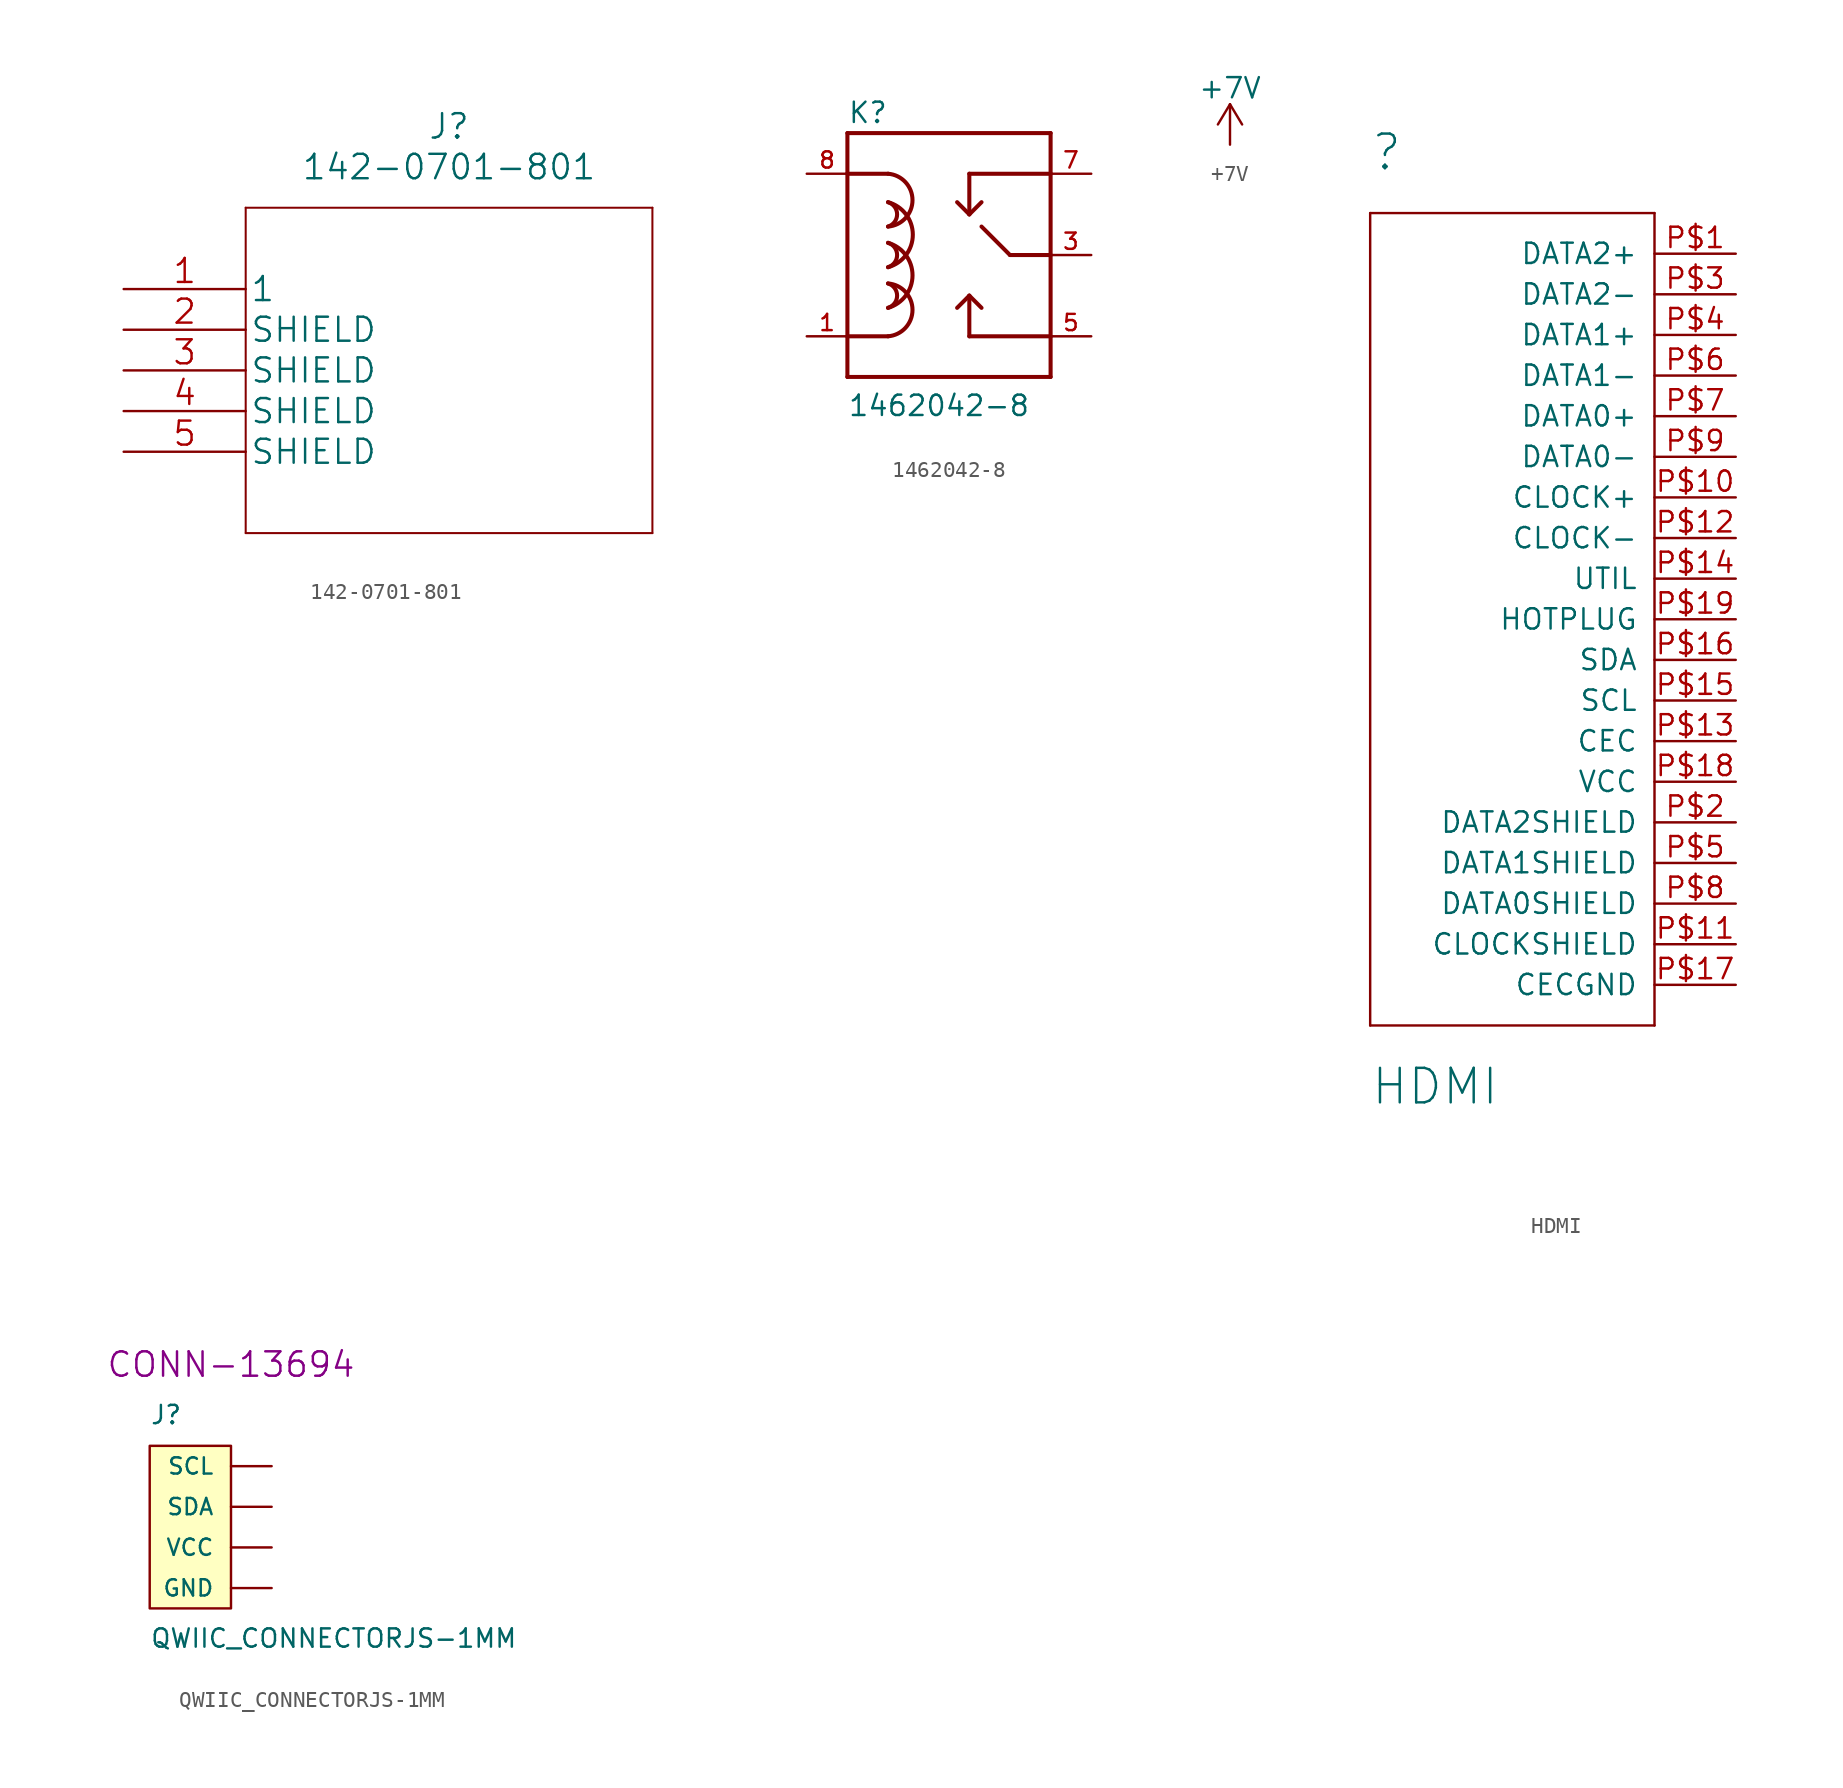
<source format=kicad_sym>
(kicad_symbol_lib
  (version 20211014)
  (generator kicad_symbol_editor)
  (symbol "142-0701-801"
    (pin_names
      (offset 0.254))
    (property "Reference" "J"
      (at 20.32 10.16 0)
      (effects (font (size 1.524 1.524))))
    (property "Value" "142-0701-801"
      (at 20.32 7.62 0)
      (effects (font (size 1.524 1.524))))
    (property "Datasheet" ""
      (at 0 0 0)
      (effects (font (size 1.524 1.524))))
    (property "ki_locked" ""
      (at 0 0 0)
      (effects (font (size 1.27 1.27))))
    (symbol "142-0701-801_1_1"
      (polyline (pts (xy 7.62 -15.24) (xy 33.02 -15.24)) (stroke (width 0.127) (type default) (color 0 0 0 0)) (fill (type none)))
      (polyline (pts (xy 7.62 5.08) (xy 7.62 -15.24)) (stroke (width 0.127) (type default) (color 0 0 0 0)) (fill (type none)))
      (polyline (pts (xy 33.02 -15.24) (xy 33.02 5.08)) (stroke (width 0.127) (type default) (color 0 0 0 0)) (fill (type none)))
      (polyline (pts (xy 33.02 5.08) (xy 7.62 5.08)) (stroke (width 0.127) (type default) (color 0 0 0 0)) (fill (type none)))
      (pin unspecified line (at 0 0 0) (length 7.62) (name "1" (effects (font (size 1.499 1.499)))) (number "1" (effects (font (size 1.499 1.499)))))
      (pin unspecified line (at 0 -2.54 0) (length 7.62) (name "SHIELD" (effects (font (size 1.499 1.499)))) (number "2" (effects (font (size 1.499 1.499)))))
      (pin unspecified line (at 0 -5.08 0) (length 7.62) (name "SHIELD" (effects (font (size 1.499 1.499)))) (number "3" (effects (font (size 1.499 1.499)))))
      (pin unspecified line (at 0 -7.62 0) (length 7.62) (name "SHIELD" (effects (font (size 1.499 1.499)))) (number "4" (effects (font (size 1.499 1.499)))))
      (pin unspecified line (at 0 -10.16 0) (length 7.62) (name "SHIELD" (effects (font (size 1.499 1.499)))) (number "5" (effects (font (size 1.499 1.499)))))))
  (symbol "1462042-8"
    (pin_names
      (offset 1.016) hide)
    (property "Reference" "K"
      (at -5.08 8.153 0)
      (effects (font (size 1.27 1.27)) (justify left bottom)))
    (property "Value" "1462042-8"
      (at -5.08 -10.16 0)
      (effects (font (size 1.27 1.27)) (justify left bottom)))
    (property "ki_locked" ""
      (at 0 0 0)
      (effects (font (size 1.27 1.27))))
    (symbol "1462042-8_0_0"
      (arc (start -2.54 -5.08) (mid -1.0111 -3.429) (end -2.54 -1.778) (stroke (width 0.254) (type default) (color 0 0 0 0)) (fill (type none)))
      (arc (start -2.54 -3.302) (mid -1.973 -2.54) (end -2.54 -1.778) (stroke (width 0.254) (type default) (color 0 0 0 0)) (fill (type none)))
      (arc (start -2.54 -3.302) (mid -1.0099 -1.27) (end -2.54 0.762) (stroke (width 0.254) (type default) (color 0 0 0 0)) (fill (type none)))
      (arc (start -2.54 -0.762) (mid -1.973 0) (end -2.54 0.762) (stroke (width 0.254) (type default) (color 0 0 0 0)) (fill (type none)))
      (arc (start -2.54 -0.762) (mid -0.9914 1.27) (end -2.54 3.302) (stroke (width 0.254) (type default) (color 0 0 0 0)) (fill (type none)))
      (arc (start -2.54 1.778) (mid -1.973 2.54) (end -2.54 3.302) (stroke (width 0.254) (type default) (color 0 0 0 0)) (fill (type none)))
      (arc (start -2.54 1.778) (mid -1.0111 3.429) (end -2.54 5.08) (stroke (width 0.254) (type default) (color 0 0 0 0)) (fill (type none)))
      (polyline (pts (xy -5.08 -7.62) (xy -5.08 -5.08)) (stroke (width 0.254) (type default) (color 0 0 0 0)) (fill (type none)))
      (polyline (pts (xy -5.08 -5.08) (xy -5.08 5.08)) (stroke (width 0.254) (type default) (color 0 0 0 0)) (fill (type none)))
      (polyline (pts (xy -5.08 -5.08) (xy -2.54 -5.08)) (stroke (width 0.254) (type default) (color 0 0 0 0)) (fill (type none)))
      (polyline (pts (xy -5.08 5.08) (xy -5.08 7.62)) (stroke (width 0.254) (type default) (color 0 0 0 0)) (fill (type none)))
      (polyline (pts (xy -5.08 5.08) (xy -2.54 5.08)) (stroke (width 0.254) (type default) (color 0 0 0 0)) (fill (type none)))
      (polyline (pts (xy -5.08 7.62) (xy 7.62 7.62)) (stroke (width 0.254) (type default) (color 0 0 0 0)) (fill (type none)))
      (polyline (pts (xy 2.54 -5.08) (xy 2.54 -2.54)) (stroke (width 0.254) (type default) (color 0 0 0 0)) (fill (type none)))
      (polyline (pts (xy 2.54 -2.54) (xy 1.778 -3.302)) (stroke (width 0.254) (type default) (color 0 0 0 0)) (fill (type none)))
      (polyline (pts (xy 2.54 -2.54) (xy 3.302 -3.302)) (stroke (width 0.254) (type default) (color 0 0 0 0)) (fill (type none)))
      (polyline (pts (xy 2.54 2.54) (xy 1.778 3.302)) (stroke (width 0.254) (type default) (color 0 0 0 0)) (fill (type none)))
      (polyline (pts (xy 2.54 2.54) (xy 3.302 3.302)) (stroke (width 0.254) (type default) (color 0 0 0 0)) (fill (type none)))
      (polyline (pts (xy 2.54 5.08) (xy 2.54 2.54)) (stroke (width 0.254) (type default) (color 0 0 0 0)) (fill (type none)))
      (polyline (pts (xy 5.08 0) (xy 3.302 1.778)) (stroke (width 0.254) (type default) (color 0 0 0 0)) (fill (type none)))
      (polyline (pts (xy 7.62 -7.62) (xy -5.08 -7.62)) (stroke (width 0.254) (type default) (color 0 0 0 0)) (fill (type none)))
      (polyline (pts (xy 7.62 -5.08) (xy 2.54 -5.08)) (stroke (width 0.254) (type default) (color 0 0 0 0)) (fill (type none)))
      (polyline (pts (xy 7.62 -5.08) (xy 7.62 -7.62)) (stroke (width 0.254) (type default) (color 0 0 0 0)) (fill (type none)))
      (polyline (pts (xy 7.62 0) (xy 5.08 0)) (stroke (width 0.254) (type default) (color 0 0 0 0)) (fill (type none)))
      (polyline (pts (xy 7.62 0) (xy 7.62 -5.08)) (stroke (width 0.254) (type default) (color 0 0 0 0)) (fill (type none)))
      (polyline (pts (xy 7.62 5.08) (xy 2.54 5.08)) (stroke (width 0.254) (type default) (color 0 0 0 0)) (fill (type none)))
      (polyline (pts (xy 7.62 5.08) (xy 7.62 0)) (stroke (width 0.254) (type default) (color 0 0 0 0)) (fill (type none)))
      (polyline (pts (xy 7.62 7.62) (xy 7.62 5.08)) (stroke (width 0.254) (type default) (color 0 0 0 0)) (fill (type none)))
      (pin passive line (at -7.62 -5.08 0) (length 2.54) (name "~" (effects (font (size 1.016 1.016)))) (number "1" (effects (font (size 1.016 1.016)))))
      (pin passive line (at 10.16 0 180) (length 2.54) (name "~" (effects (font (size 1.016 1.016)))) (number "3" (effects (font (size 1.016 1.016)))))
      (pin passive line (at 10.16 -5.08 180) (length 2.54) (name "~" (effects (font (size 1.016 1.016)))) (number "5" (effects (font (size 1.016 1.016)))))
      (pin passive line (at 10.16 5.08 180) (length 2.54) (name "~" (effects (font (size 1.016 1.016)))) (number "7" (effects (font (size 1.016 1.016)))))
      (pin passive line (at -7.62 5.08 0) (length 2.54) (name "~" (effects (font (size 1.016 1.016)))) (number "8" (effects (font (size 1.016 1.016)))))))
  (symbol "+7V"
    (power)
    (pin_names
      (offset 0))
    (property "Reference" "#PWR"
      (at 0 -3.81 0)
      (effects (font (size 1.27 1.27)) hide))
    (property "Value" "+7V"
      (at 0 3.556 0)
      (effects (font (size 1.27 1.27))))
    (symbol "+7V_0_1"
      (polyline (pts (xy -0.762 1.27) (xy 0 2.54)) (stroke (width 0) (type default) (color 0 0 0 0)) (fill (type none)))
      (polyline (pts (xy 0 0) (xy 0 2.54)) (stroke (width 0) (type default) (color 0 0 0 0)) (fill (type none)))
      (polyline (pts (xy 0 2.54) (xy 0.762 1.27)) (stroke (width 0) (type default) (color 0 0 0 0)) (fill (type none))))
    (symbol "+7V_1_1"
      (pin power_in line (at 0 0 90) (length 0) hide (name "+7V" (effects (font (size 1.27 1.27)))) (number "1" (effects (font (size 1.27 1.27)))))))
  (symbol "HDMI"
    (pin_names
      (offset 1.016))
    (property "Reference" ""
      (at -17.78 25.4 0)
      (effects (font (size 2.159 2.159)) (justify left bottom)))
    (property "Value" "HDMI"
      (at -17.78 -33.02 0)
      (effects (font (size 2.159 2.159)) (justify left bottom)))
    (property "ki_locked" ""
      (at 0 0 0)
      (effects (font (size 1.27 1.27))))
    (symbol "HDMI_1_0"
      (polyline (pts (xy -17.78 -27.94) (xy -17.78 22.86)) (stroke (width 0) (type default) (color 0 0 0 0)) (fill (type none)))
      (polyline (pts (xy -17.78 22.86) (xy 0 22.86)) (stroke (width 0) (type default) (color 0 0 0 0)) (fill (type none)))
      (polyline (pts (xy 0 -27.94) (xy -17.78 -27.94)) (stroke (width 0) (type default) (color 0 0 0 0)) (fill (type none)))
      (polyline (pts (xy 0 22.86) (xy 0 -27.94)) (stroke (width 0) (type default) (color 0 0 0 0)) (fill (type none)))
      (pin bidirectional line (at 5.08 20.32 180) (length 5.08) (name "DATA2+" (effects (font (size 1.27 1.27)))) (number "P$1" (effects (font (size 1.27 1.27)))))
      (pin bidirectional line (at 5.08 5.08 180) (length 5.08) (name "CLOCK+" (effects (font (size 1.27 1.27)))) (number "P$10" (effects (font (size 1.27 1.27)))))
      (pin bidirectional line (at 5.08 -22.86 180) (length 5.08) (name "CLOCKSHIELD" (effects (font (size 1.27 1.27)))) (number "P$11" (effects (font (size 1.27 1.27)))))
      (pin bidirectional line (at 5.08 2.54 180) (length 5.08) (name "CLOCK-" (effects (font (size 1.27 1.27)))) (number "P$12" (effects (font (size 1.27 1.27)))))
      (pin bidirectional line (at 5.08 -10.16 180) (length 5.08) (name "CEC" (effects (font (size 1.27 1.27)))) (number "P$13" (effects (font (size 1.27 1.27)))))
      (pin bidirectional line (at 5.08 0 180) (length 5.08) (name "UTIL" (effects (font (size 1.27 1.27)))) (number "P$14" (effects (font (size 1.27 1.27)))))
      (pin bidirectional line (at 5.08 -7.62 180) (length 5.08) (name "SCL" (effects (font (size 1.27 1.27)))) (number "P$15" (effects (font (size 1.27 1.27)))))
      (pin bidirectional line (at 5.08 -5.08 180) (length 5.08) (name "SDA" (effects (font (size 1.27 1.27)))) (number "P$16" (effects (font (size 1.27 1.27)))))
      (pin bidirectional line (at 5.08 -25.4 180) (length 5.08) (name "CECGND" (effects (font (size 1.27 1.27)))) (number "P$17" (effects (font (size 1.27 1.27)))))
      (pin bidirectional line (at 5.08 -12.7 180) (length 5.08) (name "VCC" (effects (font (size 1.27 1.27)))) (number "P$18" (effects (font (size 1.27 1.27)))))
      (pin bidirectional line (at 5.08 -2.54 180) (length 5.08) (name "HOTPLUG" (effects (font (size 1.27 1.27)))) (number "P$19" (effects (font (size 1.27 1.27)))))
      (pin bidirectional line (at 5.08 -15.24 180) (length 5.08) (name "DATA2SHIELD" (effects (font (size 1.27 1.27)))) (number "P$2" (effects (font (size 1.27 1.27)))))
      (pin bidirectional line (at 5.08 17.78 180) (length 5.08) (name "DATA2-" (effects (font (size 1.27 1.27)))) (number "P$3" (effects (font (size 1.27 1.27)))))
      (pin bidirectional line (at 5.08 15.24 180) (length 5.08) (name "DATA1+" (effects (font (size 1.27 1.27)))) (number "P$4" (effects (font (size 1.27 1.27)))))
      (pin bidirectional line (at 5.08 -17.78 180) (length 5.08) (name "DATA1SHIELD" (effects (font (size 1.27 1.27)))) (number "P$5" (effects (font (size 1.27 1.27)))))
      (pin bidirectional line (at 5.08 12.7 180) (length 5.08) (name "DATA1-" (effects (font (size 1.27 1.27)))) (number "P$6" (effects (font (size 1.27 1.27)))))
      (pin bidirectional line (at 5.08 10.16 180) (length 5.08) (name "DATA0+" (effects (font (size 1.27 1.27)))) (number "P$7" (effects (font (size 1.27 1.27)))))
      (pin bidirectional line (at 5.08 -20.32 180) (length 5.08) (name "DATA0SHIELD" (effects (font (size 1.27 1.27)))) (number "P$8" (effects (font (size 1.27 1.27)))))
      (pin bidirectional line (at 5.08 7.62 180) (length 5.08) (name "DATA0-" (effects (font (size 1.27 1.27)))) (number "P$9" (effects (font (size 1.27 1.27)))))))
  (symbol "QWIIC_CONNECTORJS-1MM"
    (pin_numbers hide)
    (pin_names
      (offset 1.016))
    (property "Reference" "J"
      (at -5.08 10.16 0)
      (effects (font (size 1.143 1.143)) (justify left bottom)))
    (property "Value" "QWIIC_CONNECTORJS-1MM"
      (at -5.08 -3.81 0)
      (effects (font (size 1.143 1.143)) (justify left bottom)))
    (property "Field4" "CONN-13694"
      (at 0 13.97 0)
      (effects (font (size 1.524 1.524))))
    (property "ki_locked" ""
      (at 0 0 0)
      (effects (font (size 1.27 1.27))))
    (symbol "QWIIC_CONNECTORJS-1MM_1_0"
      (rectangle (start 0 -1.27) (end -5.08 8.89) (stroke (width 0) (type default) (color 0 0 0 0)) (fill (type background))))
    (symbol "QWIIC_CONNECTORJS-1MM_1_1"
      (pin power_in line (at 2.54 0 180) (length 2.54) (name "GND" (effects (font (size 1.016 1.016)))) (number "1" (effects (font (size 1.016 1.016)))))
      (pin power_in line (at 2.54 2.54 180) (length 2.54) (name "VCC" (effects (font (size 1.016 1.016)))) (number "2" (effects (font (size 1.016 1.016)))))
      (pin passive line (at 2.54 5.08 180) (length 2.54) (name "SDA" (effects (font (size 1.016 1.016)))) (number "3" (effects (font (size 1.016 1.016)))))
      (pin passive line (at 2.54 7.62 180) (length 2.54) (name "SCL" (effects (font (size 1.016 1.016)))) (number "4" (effects (font (size 1.016 1.016))))))))
</source>
